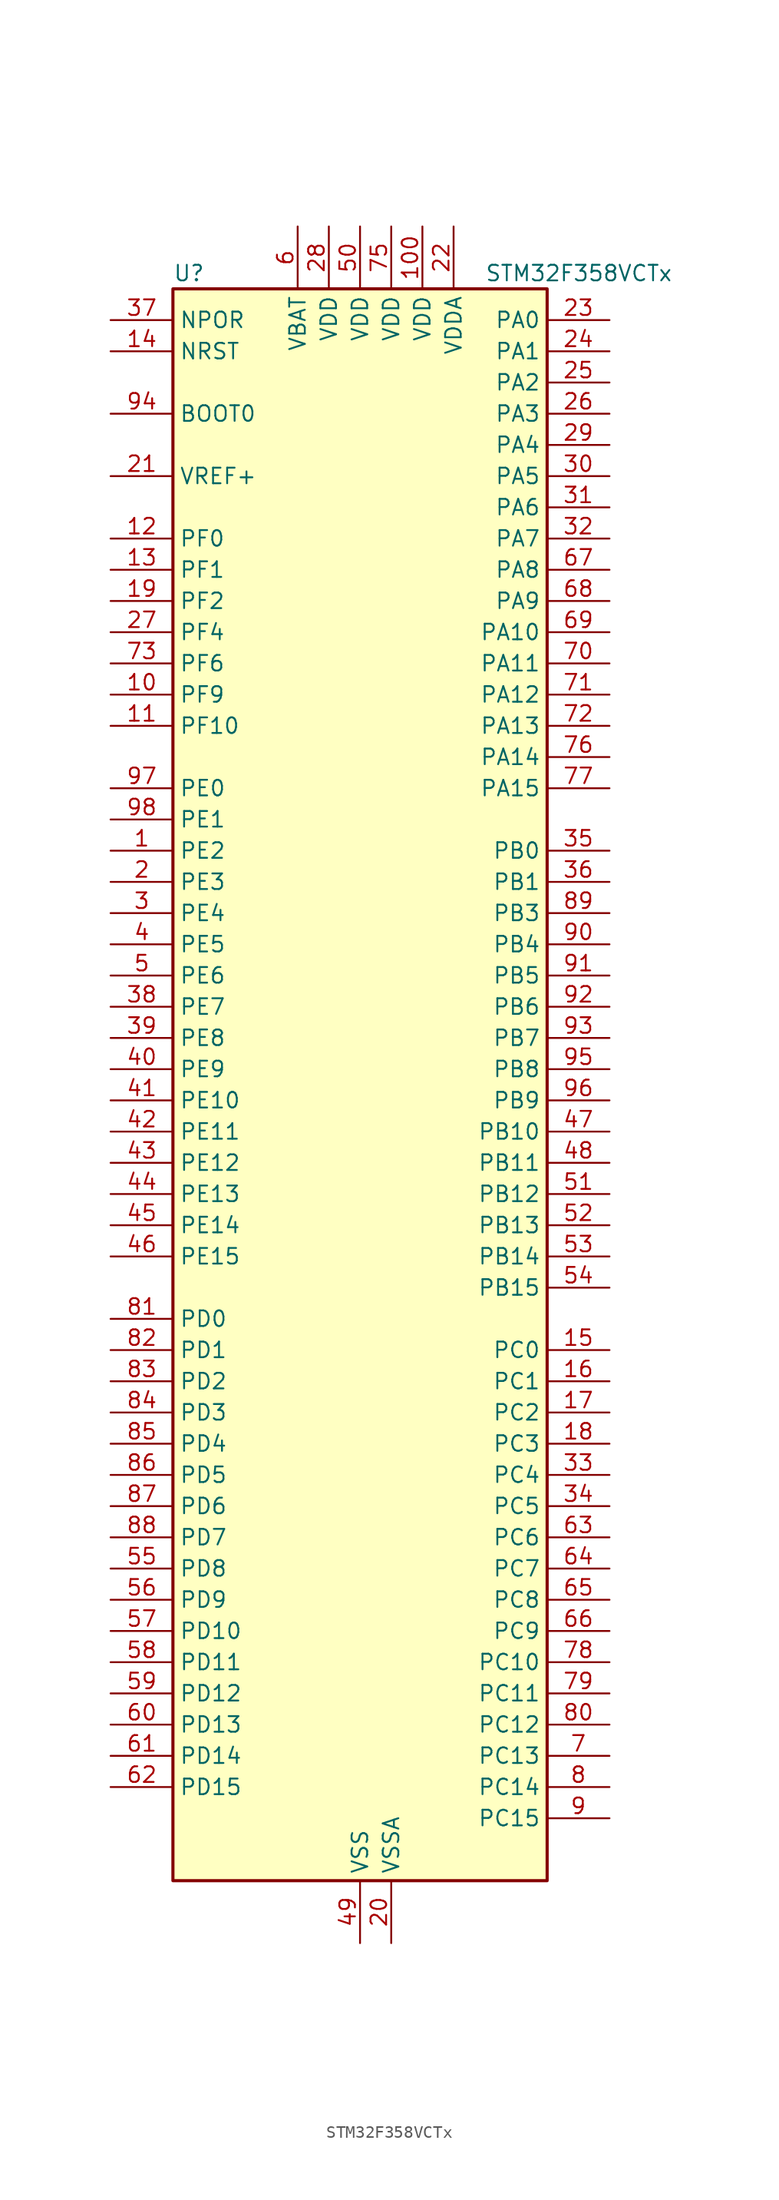
<source format=kicad_sym>
(kicad_symbol_lib
  (version 20220914)
  (generator kicad_symbol_editor)
  (symbol "STM32F358VCTx"
    (property "Reference" "U"
      (at -15.24 67.31 0)
      (effects (font (size 1.27 1.27)) (justify left)))
    (property "Value" "STM32F358VCTx"
      (at 10.16 67.31 0)
      (effects (font (size 1.27 1.27)) (justify left)))
    (property "ki_locked" ""
      (at 0 0 0)
      (effects (font (size 1.27 1.27))))
    (symbol "STM32F358VCTx_0_1"
      (rectangle (start -15.24 -63.5) (end 15.24 66.04) (stroke (width 0.254) (type default)) (fill (type background))))
    (symbol "STM32F358VCTx_1_1"
      (pin bidirectional line (at -20.32 20.32 0) (length 5.08) (name "PE2" (effects (font (size 1.27 1.27)))) (number "1" (effects (font (size 1.27 1.27)))) (alternate "ADC3_EXTI2" bidirectional line) (alternate "ADC4_EXTI2" bidirectional line) (alternate "SYS_TRACECK" bidirectional line) (alternate "TIM3_CH1" bidirectional line) (alternate "TSC_G7_IO1" bidirectional line))
      (pin bidirectional line (at -20.32 33.02 0) (length 5.08) (name "PF9" (effects (font (size 1.27 1.27)))) (number "10" (effects (font (size 1.27 1.27)))) (alternate "DAC_EXTI9" bidirectional line) (alternate "SPI2_SCK" bidirectional line) (alternate "TIM15_CH1" bidirectional line))
      (pin power_in line (at 5.08 71.12 270) (length 5.08) (name "VDD" (effects (font (size 1.27 1.27)))) (number "100" (effects (font (size 1.27 1.27)))))
      (pin bidirectional line (at -20.32 30.48 0) (length 5.08) (name "PF10" (effects (font (size 1.27 1.27)))) (number "11" (effects (font (size 1.27 1.27)))) (alternate "SPI2_SCK" bidirectional line) (alternate "TIM15_CH2" bidirectional line))
      (pin bidirectional line (at -20.32 45.72 0) (length 5.08) (name "PF0" (effects (font (size 1.27 1.27)))) (number "12" (effects (font (size 1.27 1.27)))) (alternate "I2C2_SDA" bidirectional line) (alternate "RCC_OSC_IN" bidirectional line) (alternate "TIM1_CH3N" bidirectional line))
      (pin bidirectional line (at -20.32 43.18 0) (length 5.08) (name "PF1" (effects (font (size 1.27 1.27)))) (number "13" (effects (font (size 1.27 1.27)))) (alternate "I2C2_SCL" bidirectional line) (alternate "RCC_OSC_OUT" bidirectional line))
      (pin input line (at -20.32 60.96 0) (length 5.08) (name "NRST" (effects (font (size 1.27 1.27)))) (number "14" (effects (font (size 1.27 1.27)))))
      (pin bidirectional line (at 20.32 -20.32 180) (length 5.08) (name "PC0" (effects (font (size 1.27 1.27)))) (number "15" (effects (font (size 1.27 1.27)))) (alternate "ADC1_IN6" bidirectional line) (alternate "ADC2_IN6" bidirectional line) (alternate "COMP7_INM" bidirectional line))
      (pin bidirectional line (at 20.32 -22.86 180) (length 5.08) (name "PC1" (effects (font (size 1.27 1.27)))) (number "16" (effects (font (size 1.27 1.27)))) (alternate "ADC1_IN7" bidirectional line) (alternate "ADC2_IN7" bidirectional line) (alternate "COMP7_INP" bidirectional line))
      (pin bidirectional line (at 20.32 -25.4 180) (length 5.08) (name "PC2" (effects (font (size 1.27 1.27)))) (number "17" (effects (font (size 1.27 1.27)))) (alternate "ADC1_IN8" bidirectional line) (alternate "ADC2_IN8" bidirectional line) (alternate "ADC3_EXTI2" bidirectional line) (alternate "ADC4_EXTI2" bidirectional line) (alternate "COMP7_OUT" bidirectional line))
      (pin bidirectional line (at 20.32 -27.94 180) (length 5.08) (name "PC3" (effects (font (size 1.27 1.27)))) (number "18" (effects (font (size 1.27 1.27)))) (alternate "ADC1_IN9" bidirectional line) (alternate "ADC2_IN9" bidirectional line) (alternate "TIM1_BKIN2" bidirectional line))
      (pin bidirectional line (at -20.32 40.64 0) (length 5.08) (name "PF2" (effects (font (size 1.27 1.27)))) (number "19" (effects (font (size 1.27 1.27)))) (alternate "ADC1_IN10" bidirectional line) (alternate "ADC2_IN10" bidirectional line) (alternate "ADC3_EXTI2" bidirectional line) (alternate "ADC4_EXTI2" bidirectional line))
      (pin bidirectional line (at -20.32 17.78 0) (length 5.08) (name "PE3" (effects (font (size 1.27 1.27)))) (number "2" (effects (font (size 1.27 1.27)))) (alternate "SYS_TRACED0" bidirectional line) (alternate "TIM3_CH2" bidirectional line) (alternate "TSC_G7_IO2" bidirectional line))
      (pin power_in line (at 2.54 -68.58 90) (length 5.08) (name "VSSA" (effects (font (size 1.27 1.27)))) (number "20" (effects (font (size 1.27 1.27)))))
      (pin input line (at -20.32 50.8 0) (length 5.08) (name "VREF+" (effects (font (size 1.27 1.27)))) (number "21" (effects (font (size 1.27 1.27)))))
      (pin power_in line (at 7.62 71.12 270) (length 5.08) (name "VDDA" (effects (font (size 1.27 1.27)))) (number "22" (effects (font (size 1.27 1.27)))))
      (pin bidirectional line (at 20.32 63.5 180) (length 5.08) (name "PA0" (effects (font (size 1.27 1.27)))) (number "23" (effects (font (size 1.27 1.27)))) (alternate "ADC1_IN1" bidirectional line) (alternate "COMP1_INM" bidirectional line) (alternate "COMP1_OUT" bidirectional line) (alternate "COMP7_INP" bidirectional line) (alternate "RTC_TAMP2" bidirectional line) (alternate "SYS_WKUP1" bidirectional line) (alternate "TIM2_CH1" bidirectional line) (alternate "TIM2_ETR" bidirectional line) (alternate "TIM8_BKIN" bidirectional line) (alternate "TIM8_ETR" bidirectional line) (alternate "TSC_G1_IO1" bidirectional line) (alternate "USART2_CTS" bidirectional line))
      (pin bidirectional line (at 20.32 60.96 180) (length 5.08) (name "PA1" (effects (font (size 1.27 1.27)))) (number "24" (effects (font (size 1.27 1.27)))) (alternate "ADC1_IN2" bidirectional line) (alternate "COMP1_INP" bidirectional line) (alternate "OPAMP1_VINP" bidirectional line) (alternate "OPAMP1_VINP_SEC" bidirectional line) (alternate "OPAMP3_VINP" bidirectional line) (alternate "OPAMP3_VINP_SEC" bidirectional line) (alternate "RTC_REFIN" bidirectional line) (alternate "TIM15_CH1N" bidirectional line) (alternate "TIM2_CH2" bidirectional line) (alternate "TSC_G1_IO2" bidirectional line) (alternate "USART2_DE" bidirectional line) (alternate "USART2_RTS" bidirectional line))
      (pin bidirectional line (at 20.32 58.42 180) (length 5.08) (name "PA2" (effects (font (size 1.27 1.27)))) (number "25" (effects (font (size 1.27 1.27)))) (alternate "ADC1_IN3" bidirectional line) (alternate "ADC3_EXTI2" bidirectional line) (alternate "ADC4_EXTI2" bidirectional line) (alternate "COMP2_INM" bidirectional line) (alternate "COMP2_OUT" bidirectional line) (alternate "OPAMP1_VOUT" bidirectional line) (alternate "TIM15_CH1" bidirectional line) (alternate "TIM2_CH3" bidirectional line) (alternate "TSC_G1_IO3" bidirectional line) (alternate "USART2_TX" bidirectional line))
      (pin bidirectional line (at 20.32 55.88 180) (length 5.08) (name "PA3" (effects (font (size 1.27 1.27)))) (number "26" (effects (font (size 1.27 1.27)))) (alternate "ADC1_IN4" bidirectional line) (alternate "COMP2_INP" bidirectional line) (alternate "OPAMP1_VINM" bidirectional line) (alternate "OPAMP1_VINM_SEC" bidirectional line) (alternate "OPAMP1_VINP" bidirectional line) (alternate "OPAMP1_VINP_SEC" bidirectional line) (alternate "TIM15_CH2" bidirectional line) (alternate "TIM2_CH4" bidirectional line) (alternate "TSC_G1_IO4" bidirectional line) (alternate "USART2_RX" bidirectional line))
      (pin bidirectional line (at -20.32 38.1 0) (length 5.08) (name "PF4" (effects (font (size 1.27 1.27)))) (number "27" (effects (font (size 1.27 1.27)))) (alternate "ADC1_IN5" bidirectional line) (alternate "COMP1_OUT" bidirectional line))
      (pin power_in line (at -2.54 71.12 270) (length 5.08) (name "VDD" (effects (font (size 1.27 1.27)))) (number "28" (effects (font (size 1.27 1.27)))))
      (pin bidirectional line (at 20.32 53.34 180) (length 5.08) (name "PA4" (effects (font (size 1.27 1.27)))) (number "29" (effects (font (size 1.27 1.27)))) (alternate "ADC2_IN1" bidirectional line) (alternate "COMP1_INM" bidirectional line) (alternate "COMP2_INM" bidirectional line) (alternate "COMP3_INM" bidirectional line) (alternate "COMP4_INM" bidirectional line) (alternate "COMP5_INM" bidirectional line) (alternate "COMP6_INM" bidirectional line) (alternate "COMP7_INM" bidirectional line) (alternate "DAC_OUT1" bidirectional line) (alternate "I2S3_WS" bidirectional line) (alternate "OPAMP4_VINP" bidirectional line) (alternate "OPAMP4_VINP_SEC" bidirectional line) (alternate "SPI1_NSS" bidirectional line) (alternate "SPI3_NSS" bidirectional line) (alternate "TIM3_CH2" bidirectional line) (alternate "TSC_G2_IO1" bidirectional line) (alternate "USART2_CK" bidirectional line))
      (pin bidirectional line (at -20.32 15.24 0) (length 5.08) (name "PE4" (effects (font (size 1.27 1.27)))) (number "3" (effects (font (size 1.27 1.27)))) (alternate "SYS_TRACED1" bidirectional line) (alternate "TIM3_CH3" bidirectional line) (alternate "TSC_G7_IO3" bidirectional line))
      (pin bidirectional line (at 20.32 50.8 180) (length 5.08) (name "PA5" (effects (font (size 1.27 1.27)))) (number "30" (effects (font (size 1.27 1.27)))) (alternate "ADC2_IN2" bidirectional line) (alternate "COMP1_INM" bidirectional line) (alternate "COMP2_INM" bidirectional line) (alternate "COMP3_INM" bidirectional line) (alternate "COMP4_INM" bidirectional line) (alternate "COMP5_INM" bidirectional line) (alternate "COMP6_INM" bidirectional line) (alternate "COMP7_INM" bidirectional line) (alternate "DAC_OUT2" bidirectional line) (alternate "OPAMP1_VINP" bidirectional line) (alternate "OPAMP1_VINP_SEC" bidirectional line) (alternate "OPAMP2_VINM" bidirectional line) (alternate "OPAMP2_VINM_SEC" bidirectional line) (alternate "OPAMP3_VINP" bidirectional line) (alternate "OPAMP3_VINP_SEC" bidirectional line) (alternate "SPI1_SCK" bidirectional line) (alternate "TIM2_CH1" bidirectional line) (alternate "TIM2_ETR" bidirectional line) (alternate "TSC_G2_IO2" bidirectional line))
      (pin bidirectional line (at 20.32 48.26 180) (length 5.08) (name "PA6" (effects (font (size 1.27 1.27)))) (number "31" (effects (font (size 1.27 1.27)))) (alternate "ADC2_IN3" bidirectional line) (alternate "COMP1_OUT" bidirectional line) (alternate "OPAMP2_VOUT" bidirectional line) (alternate "SPI1_MISO" bidirectional line) (alternate "TIM16_CH1" bidirectional line) (alternate "TIM1_BKIN" bidirectional line) (alternate "TIM3_CH1" bidirectional line) (alternate "TIM8_BKIN" bidirectional line) (alternate "TSC_G2_IO3" bidirectional line))
      (pin bidirectional line (at 20.32 45.72 180) (length 5.08) (name "PA7" (effects (font (size 1.27 1.27)))) (number "32" (effects (font (size 1.27 1.27)))) (alternate "ADC2_IN4" bidirectional line) (alternate "COMP2_INP" bidirectional line) (alternate "COMP2_OUT" bidirectional line) (alternate "OPAMP1_VINP" bidirectional line) (alternate "OPAMP1_VINP_SEC" bidirectional line) (alternate "OPAMP2_VINP" bidirectional line) (alternate "OPAMP2_VINP_SEC" bidirectional line) (alternate "SPI1_MOSI" bidirectional line) (alternate "TIM17_CH1" bidirectional line) (alternate "TIM1_CH1N" bidirectional line) (alternate "TIM3_CH2" bidirectional line) (alternate "TIM8_CH1N" bidirectional line) (alternate "TSC_G2_IO4" bidirectional line))
      (pin bidirectional line (at 20.32 -30.48 180) (length 5.08) (name "PC4" (effects (font (size 1.27 1.27)))) (number "33" (effects (font (size 1.27 1.27)))) (alternate "ADC2_IN5" bidirectional line) (alternate "USART1_TX" bidirectional line))
      (pin bidirectional line (at 20.32 -33.02 180) (length 5.08) (name "PC5" (effects (font (size 1.27 1.27)))) (number "34" (effects (font (size 1.27 1.27)))) (alternate "ADC2_IN11" bidirectional line) (alternate "OPAMP1_VINM" bidirectional line) (alternate "OPAMP1_VINM_SEC" bidirectional line) (alternate "OPAMP2_VINM" bidirectional line) (alternate "OPAMP2_VINM_SEC" bidirectional line) (alternate "TSC_G3_IO1" bidirectional line) (alternate "USART1_RX" bidirectional line))
      (pin bidirectional line (at 20.32 20.32 180) (length 5.08) (name "PB0" (effects (font (size 1.27 1.27)))) (number "35" (effects (font (size 1.27 1.27)))) (alternate "ADC3_IN12" bidirectional line) (alternate "COMP4_INP" bidirectional line) (alternate "OPAMP2_VINP" bidirectional line) (alternate "OPAMP2_VINP_SEC" bidirectional line) (alternate "OPAMP3_VINP" bidirectional line) (alternate "OPAMP3_VINP_SEC" bidirectional line) (alternate "TIM1_CH2N" bidirectional line) (alternate "TIM3_CH3" bidirectional line) (alternate "TIM8_CH2N" bidirectional line) (alternate "TSC_G3_IO2" bidirectional line))
      (pin bidirectional line (at 20.32 17.78 180) (length 5.08) (name "PB1" (effects (font (size 1.27 1.27)))) (number "36" (effects (font (size 1.27 1.27)))) (alternate "ADC3_IN1" bidirectional line) (alternate "COMP4_OUT" bidirectional line) (alternate "OPAMP3_VOUT" bidirectional line) (alternate "TIM1_CH3N" bidirectional line) (alternate "TIM3_CH4" bidirectional line) (alternate "TIM8_CH3N" bidirectional line) (alternate "TSC_G3_IO3" bidirectional line))
      (pin input line (at -20.32 63.5 0) (length 5.08) (name "NPOR" (effects (font (size 1.27 1.27)))) (number "37" (effects (font (size 1.27 1.27)))))
      (pin bidirectional line (at -20.32 7.62 0) (length 5.08) (name "PE7" (effects (font (size 1.27 1.27)))) (number "38" (effects (font (size 1.27 1.27)))) (alternate "ADC3_IN13" bidirectional line) (alternate "COMP4_INP" bidirectional line) (alternate "TIM1_ETR" bidirectional line))
      (pin bidirectional line (at -20.32 5.08 0) (length 5.08) (name "PE8" (effects (font (size 1.27 1.27)))) (number "39" (effects (font (size 1.27 1.27)))) (alternate "ADC3_IN6" bidirectional line) (alternate "ADC4_IN6" bidirectional line) (alternate "COMP4_INM" bidirectional line) (alternate "TIM1_CH1N" bidirectional line))
      (pin bidirectional line (at -20.32 12.7 0) (length 5.08) (name "PE5" (effects (font (size 1.27 1.27)))) (number "4" (effects (font (size 1.27 1.27)))) (alternate "SYS_TRACED2" bidirectional line) (alternate "TIM3_CH4" bidirectional line) (alternate "TSC_G7_IO4" bidirectional line))
      (pin bidirectional line (at -20.32 2.54 0) (length 5.08) (name "PE9" (effects (font (size 1.27 1.27)))) (number "40" (effects (font (size 1.27 1.27)))) (alternate "ADC3_IN2" bidirectional line) (alternate "DAC_EXTI9" bidirectional line) (alternate "TIM1_CH1" bidirectional line))
      (pin bidirectional line (at -20.32 0 0) (length 5.08) (name "PE10" (effects (font (size 1.27 1.27)))) (number "41" (effects (font (size 1.27 1.27)))) (alternate "ADC3_IN14" bidirectional line) (alternate "TIM1_CH2N" bidirectional line))
      (pin bidirectional line (at -20.32 -2.54 0) (length 5.08) (name "PE11" (effects (font (size 1.27 1.27)))) (number "42" (effects (font (size 1.27 1.27)))) (alternate "ADC1_EXTI11" bidirectional line) (alternate "ADC2_EXTI11" bidirectional line) (alternate "ADC3_IN15" bidirectional line) (alternate "TIM1_CH2" bidirectional line))
      (pin bidirectional line (at -20.32 -5.08 0) (length 5.08) (name "PE12" (effects (font (size 1.27 1.27)))) (number "43" (effects (font (size 1.27 1.27)))) (alternate "ADC3_IN16" bidirectional line) (alternate "TIM1_CH3N" bidirectional line))
      (pin bidirectional line (at -20.32 -7.62 0) (length 5.08) (name "PE13" (effects (font (size 1.27 1.27)))) (number "44" (effects (font (size 1.27 1.27)))) (alternate "ADC3_IN3" bidirectional line) (alternate "TIM1_CH3" bidirectional line))
      (pin bidirectional line (at -20.32 -10.16 0) (length 5.08) (name "PE14" (effects (font (size 1.27 1.27)))) (number "45" (effects (font (size 1.27 1.27)))) (alternate "ADC4_IN1" bidirectional line) (alternate "TIM1_BKIN2" bidirectional line) (alternate "TIM1_CH4" bidirectional line))
      (pin bidirectional line (at -20.32 -12.7 0) (length 5.08) (name "PE15" (effects (font (size 1.27 1.27)))) (number "46" (effects (font (size 1.27 1.27)))) (alternate "ADC1_EXTI15" bidirectional line) (alternate "ADC2_EXTI15" bidirectional line) (alternate "ADC4_IN2" bidirectional line) (alternate "TIM1_BKIN" bidirectional line) (alternate "USART3_RX" bidirectional line))
      (pin bidirectional line (at 20.32 -2.54 180) (length 5.08) (name "PB10" (effects (font (size 1.27 1.27)))) (number "47" (effects (font (size 1.27 1.27)))) (alternate "COMP5_INM" bidirectional line) (alternate "OPAMP3_VINM" bidirectional line) (alternate "OPAMP3_VINM_SEC" bidirectional line) (alternate "OPAMP4_VINM" bidirectional line) (alternate "OPAMP4_VINM_SEC" bidirectional line) (alternate "TIM2_CH3" bidirectional line) (alternate "TSC_SYNC" bidirectional line) (alternate "USART3_TX" bidirectional line))
      (pin bidirectional line (at 20.32 -5.08 180) (length 5.08) (name "PB11" (effects (font (size 1.27 1.27)))) (number "48" (effects (font (size 1.27 1.27)))) (alternate "ADC1_EXTI11" bidirectional line) (alternate "ADC2_EXTI11" bidirectional line) (alternate "COMP6_INP" bidirectional line) (alternate "OPAMP4_VINP" bidirectional line) (alternate "OPAMP4_VINP_SEC" bidirectional line) (alternate "TIM2_CH4" bidirectional line) (alternate "TSC_G6_IO1" bidirectional line) (alternate "USART3_RX" bidirectional line))
      (pin power_in line (at 0 -68.58 90) (length 5.08) (name "VSS" (effects (font (size 1.27 1.27)))) (number "49" (effects (font (size 1.27 1.27)))))
      (pin bidirectional line (at -20.32 10.16 0) (length 5.08) (name "PE6" (effects (font (size 1.27 1.27)))) (number "5" (effects (font (size 1.27 1.27)))) (alternate "RTC_TAMP3" bidirectional line) (alternate "SYS_TRACED3" bidirectional line) (alternate "SYS_WKUP3" bidirectional line))
      (pin power_in line (at 0 71.12 270) (length 5.08) (name "VDD" (effects (font (size 1.27 1.27)))) (number "50" (effects (font (size 1.27 1.27)))))
      (pin bidirectional line (at 20.32 -7.62 180) (length 5.08) (name "PB12" (effects (font (size 1.27 1.27)))) (number "51" (effects (font (size 1.27 1.27)))) (alternate "ADC4_IN3" bidirectional line) (alternate "COMP3_INM" bidirectional line) (alternate "I2C2_SMBA" bidirectional line) (alternate "I2S2_WS" bidirectional line) (alternate "OPAMP4_VOUT" bidirectional line) (alternate "SPI2_NSS" bidirectional line) (alternate "TIM1_BKIN" bidirectional line) (alternate "TSC_G6_IO2" bidirectional line) (alternate "USART3_CK" bidirectional line))
      (pin bidirectional line (at 20.32 -10.16 180) (length 5.08) (name "PB13" (effects (font (size 1.27 1.27)))) (number "52" (effects (font (size 1.27 1.27)))) (alternate "ADC3_IN5" bidirectional line) (alternate "COMP5_INP" bidirectional line) (alternate "I2S2_CK" bidirectional line) (alternate "OPAMP3_VINP" bidirectional line) (alternate "OPAMP3_VINP_SEC" bidirectional line) (alternate "OPAMP4_VINP" bidirectional line) (alternate "OPAMP4_VINP_SEC" bidirectional line) (alternate "SPI2_SCK" bidirectional line) (alternate "TIM1_CH1N" bidirectional line) (alternate "TSC_G6_IO3" bidirectional line) (alternate "USART3_CTS" bidirectional line))
      (pin bidirectional line (at 20.32 -12.7 180) (length 5.08) (name "PB14" (effects (font (size 1.27 1.27)))) (number "53" (effects (font (size 1.27 1.27)))) (alternate "ADC4_IN4" bidirectional line) (alternate "COMP3_INP" bidirectional line) (alternate "I2S2_ext_SD" bidirectional line) (alternate "OPAMP2_VINP" bidirectional line) (alternate "OPAMP2_VINP_SEC" bidirectional line) (alternate "SPI2_MISO" bidirectional line) (alternate "TIM15_CH1" bidirectional line) (alternate "TIM1_CH2N" bidirectional line) (alternate "TSC_G6_IO4" bidirectional line) (alternate "USART3_DE" bidirectional line) (alternate "USART3_RTS" bidirectional line))
      (pin bidirectional line (at 20.32 -15.24 180) (length 5.08) (name "PB15" (effects (font (size 1.27 1.27)))) (number "54" (effects (font (size 1.27 1.27)))) (alternate "ADC1_EXTI15" bidirectional line) (alternate "ADC2_EXTI15" bidirectional line) (alternate "ADC4_IN5" bidirectional line) (alternate "COMP6_INM" bidirectional line) (alternate "I2S2_SD" bidirectional line) (alternate "RTC_REFIN" bidirectional line) (alternate "SPI2_MOSI" bidirectional line) (alternate "TIM15_CH1N" bidirectional line) (alternate "TIM15_CH2" bidirectional line) (alternate "TIM1_CH3N" bidirectional line))
      (pin bidirectional line (at -20.32 -38.1 0) (length 5.08) (name "PD8" (effects (font (size 1.27 1.27)))) (number "55" (effects (font (size 1.27 1.27)))) (alternate "ADC4_IN12" bidirectional line) (alternate "OPAMP4_VINM" bidirectional line) (alternate "OPAMP4_VINM_SEC" bidirectional line) (alternate "USART3_TX" bidirectional line))
      (pin bidirectional line (at -20.32 -40.64 0) (length 5.08) (name "PD9" (effects (font (size 1.27 1.27)))) (number "56" (effects (font (size 1.27 1.27)))) (alternate "ADC4_IN13" bidirectional line) (alternate "DAC_EXTI9" bidirectional line) (alternate "USART3_RX" bidirectional line))
      (pin bidirectional line (at -20.32 -43.18 0) (length 5.08) (name "PD10" (effects (font (size 1.27 1.27)))) (number "57" (effects (font (size 1.27 1.27)))) (alternate "ADC3_IN7" bidirectional line) (alternate "ADC4_IN7" bidirectional line) (alternate "COMP6_INM" bidirectional line) (alternate "USART3_CK" bidirectional line))
      (pin bidirectional line (at -20.32 -45.72 0) (length 5.08) (name "PD11" (effects (font (size 1.27 1.27)))) (number "58" (effects (font (size 1.27 1.27)))) (alternate "ADC1_EXTI11" bidirectional line) (alternate "ADC2_EXTI11" bidirectional line) (alternate "ADC3_IN8" bidirectional line) (alternate "ADC4_IN8" bidirectional line) (alternate "COMP6_INP" bidirectional line) (alternate "OPAMP4_VINP" bidirectional line) (alternate "OPAMP4_VINP_SEC" bidirectional line) (alternate "USART3_CTS" bidirectional line))
      (pin bidirectional line (at -20.32 -48.26 0) (length 5.08) (name "PD12" (effects (font (size 1.27 1.27)))) (number "59" (effects (font (size 1.27 1.27)))) (alternate "ADC3_IN9" bidirectional line) (alternate "ADC4_IN9" bidirectional line) (alternate "COMP5_INP" bidirectional line) (alternate "TIM4_CH1" bidirectional line) (alternate "TSC_G8_IO1" bidirectional line) (alternate "USART3_DE" bidirectional line) (alternate "USART3_RTS" bidirectional line))
      (pin power_in line (at -5.08 71.12 270) (length 5.08) (name "VBAT" (effects (font (size 1.27 1.27)))) (number "6" (effects (font (size 1.27 1.27)))))
      (pin bidirectional line (at -20.32 -50.8 0) (length 5.08) (name "PD13" (effects (font (size 1.27 1.27)))) (number "60" (effects (font (size 1.27 1.27)))) (alternate "ADC3_IN10" bidirectional line) (alternate "ADC4_IN10" bidirectional line) (alternate "COMP5_INM" bidirectional line) (alternate "TIM4_CH2" bidirectional line) (alternate "TSC_G8_IO2" bidirectional line))
      (pin bidirectional line (at -20.32 -53.34 0) (length 5.08) (name "PD14" (effects (font (size 1.27 1.27)))) (number "61" (effects (font (size 1.27 1.27)))) (alternate "ADC3_IN11" bidirectional line) (alternate "ADC4_IN11" bidirectional line) (alternate "COMP3_INP" bidirectional line) (alternate "OPAMP2_VINP" bidirectional line) (alternate "OPAMP2_VINP_SEC" bidirectional line) (alternate "TIM4_CH3" bidirectional line) (alternate "TSC_G8_IO3" bidirectional line))
      (pin bidirectional line (at -20.32 -55.88 0) (length 5.08) (name "PD15" (effects (font (size 1.27 1.27)))) (number "62" (effects (font (size 1.27 1.27)))) (alternate "ADC1_EXTI15" bidirectional line) (alternate "ADC2_EXTI15" bidirectional line) (alternate "COMP3_INM" bidirectional line) (alternate "SPI2_NSS" bidirectional line) (alternate "TIM4_CH4" bidirectional line) (alternate "TSC_G8_IO4" bidirectional line))
      (pin bidirectional line (at 20.32 -35.56 180) (length 5.08) (name "PC6" (effects (font (size 1.27 1.27)))) (number "63" (effects (font (size 1.27 1.27)))) (alternate "COMP6_OUT" bidirectional line) (alternate "I2S2_MCK" bidirectional line) (alternate "TIM3_CH1" bidirectional line) (alternate "TIM8_CH1" bidirectional line))
      (pin bidirectional line (at 20.32 -38.1 180) (length 5.08) (name "PC7" (effects (font (size 1.27 1.27)))) (number "64" (effects (font (size 1.27 1.27)))) (alternate "COMP5_OUT" bidirectional line) (alternate "I2S3_MCK" bidirectional line) (alternate "TIM3_CH2" bidirectional line) (alternate "TIM8_CH2" bidirectional line))
      (pin bidirectional line (at 20.32 -40.64 180) (length 5.08) (name "PC8" (effects (font (size 1.27 1.27)))) (number "65" (effects (font (size 1.27 1.27)))) (alternate "COMP3_OUT" bidirectional line) (alternate "TIM3_CH3" bidirectional line) (alternate "TIM8_CH3" bidirectional line))
      (pin bidirectional line (at 20.32 -43.18 180) (length 5.08) (name "PC9" (effects (font (size 1.27 1.27)))) (number "66" (effects (font (size 1.27 1.27)))) (alternate "DAC_EXTI9" bidirectional line) (alternate "I2S_CKIN" bidirectional line) (alternate "TIM3_CH4" bidirectional line) (alternate "TIM8_BKIN2" bidirectional line) (alternate "TIM8_CH4" bidirectional line))
      (pin bidirectional line (at 20.32 43.18 180) (length 5.08) (name "PA8" (effects (font (size 1.27 1.27)))) (number "67" (effects (font (size 1.27 1.27)))) (alternate "COMP3_OUT" bidirectional line) (alternate "I2C2_SMBA" bidirectional line) (alternate "I2S2_MCK" bidirectional line) (alternate "RCC_MCO" bidirectional line) (alternate "TIM1_CH1" bidirectional line) (alternate "TIM4_ETR" bidirectional line) (alternate "USART1_CK" bidirectional line))
      (pin bidirectional line (at 20.32 40.64 180) (length 5.08) (name "PA9" (effects (font (size 1.27 1.27)))) (number "68" (effects (font (size 1.27 1.27)))) (alternate "COMP5_OUT" bidirectional line) (alternate "DAC_EXTI9" bidirectional line) (alternate "I2C2_SCL" bidirectional line) (alternate "I2S3_MCK" bidirectional line) (alternate "TIM15_BKIN" bidirectional line) (alternate "TIM1_CH2" bidirectional line) (alternate "TIM2_CH3" bidirectional line) (alternate "TSC_G4_IO1" bidirectional line) (alternate "USART1_TX" bidirectional line))
      (pin bidirectional line (at 20.32 38.1 180) (length 5.08) (name "PA10" (effects (font (size 1.27 1.27)))) (number "69" (effects (font (size 1.27 1.27)))) (alternate "COMP6_OUT" bidirectional line) (alternate "I2C2_SDA" bidirectional line) (alternate "TIM17_BKIN" bidirectional line) (alternate "TIM1_CH3" bidirectional line) (alternate "TIM2_CH4" bidirectional line) (alternate "TIM8_BKIN" bidirectional line) (alternate "TSC_G4_IO2" bidirectional line) (alternate "USART1_RX" bidirectional line))
      (pin bidirectional line (at 20.32 -53.34 180) (length 5.08) (name "PC13" (effects (font (size 1.27 1.27)))) (number "7" (effects (font (size 1.27 1.27)))) (alternate "RTC_OUT_ALARM" bidirectional line) (alternate "RTC_OUT_CALIB" bidirectional line) (alternate "RTC_TAMP1" bidirectional line) (alternate "RTC_TS" bidirectional line) (alternate "SYS_WKUP2" bidirectional line) (alternate "TIM1_CH1N" bidirectional line))
      (pin bidirectional line (at 20.32 35.56 180) (length 5.08) (name "PA11" (effects (font (size 1.27 1.27)))) (number "70" (effects (font (size 1.27 1.27)))) (alternate "ADC1_EXTI11" bidirectional line) (alternate "ADC2_EXTI11" bidirectional line) (alternate "CAN_RX" bidirectional line) (alternate "COMP1_OUT" bidirectional line) (alternate "TIM1_BKIN2" bidirectional line) (alternate "TIM1_CH1N" bidirectional line) (alternate "TIM1_CH4" bidirectional line) (alternate "TIM4_CH1" bidirectional line) (alternate "USART1_CTS" bidirectional line))
      (pin bidirectional line (at 20.32 33.02 180) (length 5.08) (name "PA12" (effects (font (size 1.27 1.27)))) (number "71" (effects (font (size 1.27 1.27)))) (alternate "CAN_TX" bidirectional line) (alternate "COMP2_OUT" bidirectional line) (alternate "TIM16_CH1" bidirectional line) (alternate "TIM1_CH2N" bidirectional line) (alternate "TIM1_ETR" bidirectional line) (alternate "TIM4_CH2" bidirectional line) (alternate "USART1_DE" bidirectional line) (alternate "USART1_RTS" bidirectional line))
      (pin bidirectional line (at 20.32 30.48 180) (length 5.08) (name "PA13" (effects (font (size 1.27 1.27)))) (number "72" (effects (font (size 1.27 1.27)))) (alternate "IR_OUT" bidirectional line) (alternate "SYS_JTMS-SWDIO" bidirectional line) (alternate "TIM16_CH1N" bidirectional line) (alternate "TIM4_CH3" bidirectional line) (alternate "TSC_G4_IO3" bidirectional line) (alternate "USART3_CTS" bidirectional line))
      (pin bidirectional line (at -20.32 35.56 0) (length 5.08) (name "PF6" (effects (font (size 1.27 1.27)))) (number "73" (effects (font (size 1.27 1.27)))) (alternate "I2C2_SCL" bidirectional line) (alternate "TIM4_CH4" bidirectional line) (alternate "USART3_DE" bidirectional line) (alternate "USART3_RTS" bidirectional line))
      (pin passive line (at 0 -68.58 90) (length 5.08) hide (name "VSS" (effects (font (size 1.27 1.27)))) (number "74" (effects (font (size 1.27 1.27)))))
      (pin power_in line (at 2.54 71.12 270) (length 5.08) (name "VDD" (effects (font (size 1.27 1.27)))) (number "75" (effects (font (size 1.27 1.27)))))
      (pin bidirectional line (at 20.32 27.94 180) (length 5.08) (name "PA14" (effects (font (size 1.27 1.27)))) (number "76" (effects (font (size 1.27 1.27)))) (alternate "I2C1_SDA" bidirectional line) (alternate "SYS_JTCK-SWCLK" bidirectional line) (alternate "TIM1_BKIN" bidirectional line) (alternate "TIM8_CH2" bidirectional line) (alternate "TSC_G4_IO4" bidirectional line) (alternate "USART2_TX" bidirectional line))
      (pin bidirectional line (at 20.32 25.4 180) (length 5.08) (name "PA15" (effects (font (size 1.27 1.27)))) (number "77" (effects (font (size 1.27 1.27)))) (alternate "ADC1_EXTI15" bidirectional line) (alternate "ADC2_EXTI15" bidirectional line) (alternate "I2C1_SCL" bidirectional line) (alternate "I2S3_WS" bidirectional line) (alternate "SPI1_NSS" bidirectional line) (alternate "SPI3_NSS" bidirectional line) (alternate "SYS_JTDI" bidirectional line) (alternate "TIM1_BKIN" bidirectional line) (alternate "TIM2_CH1" bidirectional line) (alternate "TIM2_ETR" bidirectional line) (alternate "TIM8_CH1" bidirectional line) (alternate "USART2_RX" bidirectional line))
      (pin bidirectional line (at 20.32 -45.72 180) (length 5.08) (name "PC10" (effects (font (size 1.27 1.27)))) (number "78" (effects (font (size 1.27 1.27)))) (alternate "I2S3_CK" bidirectional line) (alternate "SPI3_SCK" bidirectional line) (alternate "TIM8_CH1N" bidirectional line) (alternate "UART4_TX" bidirectional line) (alternate "USART3_TX" bidirectional line))
      (pin bidirectional line (at 20.32 -48.26 180) (length 5.08) (name "PC11" (effects (font (size 1.27 1.27)))) (number "79" (effects (font (size 1.27 1.27)))) (alternate "ADC1_EXTI11" bidirectional line) (alternate "ADC2_EXTI11" bidirectional line) (alternate "I2S3_ext_SD" bidirectional line) (alternate "SPI3_MISO" bidirectional line) (alternate "TIM8_CH2N" bidirectional line) (alternate "UART4_RX" bidirectional line) (alternate "USART3_RX" bidirectional line))
      (pin bidirectional line (at 20.32 -55.88 180) (length 5.08) (name "PC14" (effects (font (size 1.27 1.27)))) (number "8" (effects (font (size 1.27 1.27)))) (alternate "RCC_OSC32_IN" bidirectional line))
      (pin bidirectional line (at 20.32 -50.8 180) (length 5.08) (name "PC12" (effects (font (size 1.27 1.27)))) (number "80" (effects (font (size 1.27 1.27)))) (alternate "I2S3_SD" bidirectional line) (alternate "SPI3_MOSI" bidirectional line) (alternate "TIM8_CH3N" bidirectional line) (alternate "UART5_TX" bidirectional line) (alternate "USART3_CK" bidirectional line))
      (pin bidirectional line (at -20.32 -17.78 0) (length 5.08) (name "PD0" (effects (font (size 1.27 1.27)))) (number "81" (effects (font (size 1.27 1.27)))) (alternate "CAN_RX" bidirectional line))
      (pin bidirectional line (at -20.32 -20.32 0) (length 5.08) (name "PD1" (effects (font (size 1.27 1.27)))) (number "82" (effects (font (size 1.27 1.27)))) (alternate "CAN_TX" bidirectional line) (alternate "TIM8_BKIN2" bidirectional line) (alternate "TIM8_CH4" bidirectional line))
      (pin bidirectional line (at -20.32 -22.86 0) (length 5.08) (name "PD2" (effects (font (size 1.27 1.27)))) (number "83" (effects (font (size 1.27 1.27)))) (alternate "ADC3_EXTI2" bidirectional line) (alternate "ADC4_EXTI2" bidirectional line) (alternate "TIM3_ETR" bidirectional line) (alternate "TIM8_BKIN" bidirectional line) (alternate "UART5_RX" bidirectional line))
      (pin bidirectional line (at -20.32 -25.4 0) (length 5.08) (name "PD3" (effects (font (size 1.27 1.27)))) (number "84" (effects (font (size 1.27 1.27)))) (alternate "TIM2_CH1" bidirectional line) (alternate "TIM2_ETR" bidirectional line) (alternate "USART2_CTS" bidirectional line))
      (pin bidirectional line (at -20.32 -27.94 0) (length 5.08) (name "PD4" (effects (font (size 1.27 1.27)))) (number "85" (effects (font (size 1.27 1.27)))) (alternate "TIM2_CH2" bidirectional line) (alternate "USART2_DE" bidirectional line) (alternate "USART2_RTS" bidirectional line))
      (pin bidirectional line (at -20.32 -30.48 0) (length 5.08) (name "PD5" (effects (font (size 1.27 1.27)))) (number "86" (effects (font (size 1.27 1.27)))) (alternate "USART2_TX" bidirectional line))
      (pin bidirectional line (at -20.32 -33.02 0) (length 5.08) (name "PD6" (effects (font (size 1.27 1.27)))) (number "87" (effects (font (size 1.27 1.27)))) (alternate "TIM2_CH4" bidirectional line) (alternate "USART2_RX" bidirectional line))
      (pin bidirectional line (at -20.32 -35.56 0) (length 5.08) (name "PD7" (effects (font (size 1.27 1.27)))) (number "88" (effects (font (size 1.27 1.27)))) (alternate "TIM2_CH3" bidirectional line) (alternate "USART2_CK" bidirectional line))
      (pin bidirectional line (at 20.32 15.24 180) (length 5.08) (name "PB3" (effects (font (size 1.27 1.27)))) (number "89" (effects (font (size 1.27 1.27)))) (alternate "I2S3_CK" bidirectional line) (alternate "SPI1_SCK" bidirectional line) (alternate "SPI3_SCK" bidirectional line) (alternate "SYS_JTDO-TRACESWO" bidirectional line) (alternate "TIM2_CH2" bidirectional line) (alternate "TIM3_ETR" bidirectional line) (alternate "TIM4_ETR" bidirectional line) (alternate "TIM8_CH1N" bidirectional line) (alternate "TSC_G5_IO1" bidirectional line) (alternate "USART2_TX" bidirectional line))
      (pin bidirectional line (at 20.32 -58.42 180) (length 5.08) (name "PC15" (effects (font (size 1.27 1.27)))) (number "9" (effects (font (size 1.27 1.27)))) (alternate "ADC1_EXTI15" bidirectional line) (alternate "ADC2_EXTI15" bidirectional line) (alternate "RCC_OSC32_OUT" bidirectional line))
      (pin bidirectional line (at 20.32 12.7 180) (length 5.08) (name "PB4" (effects (font (size 1.27 1.27)))) (number "90" (effects (font (size 1.27 1.27)))) (alternate "I2S3_ext_SD" bidirectional line) (alternate "SPI1_MISO" bidirectional line) (alternate "SPI3_MISO" bidirectional line) (alternate "SYS_NJTRST" bidirectional line) (alternate "TIM16_CH1" bidirectional line) (alternate "TIM17_BKIN" bidirectional line) (alternate "TIM3_CH1" bidirectional line) (alternate "TIM8_CH2N" bidirectional line) (alternate "TSC_G5_IO2" bidirectional line) (alternate "USART2_RX" bidirectional line))
      (pin bidirectional line (at 20.32 10.16 180) (length 5.08) (name "PB5" (effects (font (size 1.27 1.27)))) (number "91" (effects (font (size 1.27 1.27)))) (alternate "I2C1_SMBA" bidirectional line) (alternate "I2S3_SD" bidirectional line) (alternate "SPI1_MOSI" bidirectional line) (alternate "SPI3_MOSI" bidirectional line) (alternate "TIM16_BKIN" bidirectional line) (alternate "TIM17_CH1" bidirectional line) (alternate "TIM3_CH2" bidirectional line) (alternate "TIM8_CH3N" bidirectional line) (alternate "USART2_CK" bidirectional line))
      (pin bidirectional line (at 20.32 7.62 180) (length 5.08) (name "PB6" (effects (font (size 1.27 1.27)))) (number "92" (effects (font (size 1.27 1.27)))) (alternate "I2C1_SCL" bidirectional line) (alternate "TIM16_CH1N" bidirectional line) (alternate "TIM4_CH1" bidirectional line) (alternate "TIM8_BKIN2" bidirectional line) (alternate "TIM8_CH1" bidirectional line) (alternate "TIM8_ETR" bidirectional line) (alternate "TSC_G5_IO3" bidirectional line) (alternate "USART1_TX" bidirectional line))
      (pin bidirectional line (at 20.32 5.08 180) (length 5.08) (name "PB7" (effects (font (size 1.27 1.27)))) (number "93" (effects (font (size 1.27 1.27)))) (alternate "I2C1_SDA" bidirectional line) (alternate "TIM17_CH1N" bidirectional line) (alternate "TIM3_CH4" bidirectional line) (alternate "TIM4_CH2" bidirectional line) (alternate "TIM8_BKIN" bidirectional line) (alternate "TSC_G5_IO4" bidirectional line) (alternate "USART1_RX" bidirectional line))
      (pin input line (at -20.32 55.88 0) (length 5.08) (name "BOOT0" (effects (font (size 1.27 1.27)))) (number "94" (effects (font (size 1.27 1.27)))))
      (pin bidirectional line (at 20.32 2.54 180) (length 5.08) (name "PB8" (effects (font (size 1.27 1.27)))) (number "95" (effects (font (size 1.27 1.27)))) (alternate "CAN_RX" bidirectional line) (alternate "COMP1_OUT" bidirectional line) (alternate "I2C1_SCL" bidirectional line) (alternate "TIM16_CH1" bidirectional line) (alternate "TIM1_BKIN" bidirectional line) (alternate "TIM4_CH3" bidirectional line) (alternate "TIM8_CH2" bidirectional line) (alternate "TSC_SYNC" bidirectional line))
      (pin bidirectional line (at 20.32 0 180) (length 5.08) (name "PB9" (effects (font (size 1.27 1.27)))) (number "96" (effects (font (size 1.27 1.27)))) (alternate "CAN_TX" bidirectional line) (alternate "COMP2_OUT" bidirectional line) (alternate "DAC_EXTI9" bidirectional line) (alternate "I2C1_SDA" bidirectional line) (alternate "IR_OUT" bidirectional line) (alternate "TIM17_CH1" bidirectional line) (alternate "TIM4_CH4" bidirectional line) (alternate "TIM8_CH3" bidirectional line))
      (pin bidirectional line (at -20.32 25.4 0) (length 5.08) (name "PE0" (effects (font (size 1.27 1.27)))) (number "97" (effects (font (size 1.27 1.27)))) (alternate "TIM16_CH1" bidirectional line) (alternate "TIM4_ETR" bidirectional line) (alternate "USART1_TX" bidirectional line))
      (pin bidirectional line (at -20.32 22.86 0) (length 5.08) (name "PE1" (effects (font (size 1.27 1.27)))) (number "98" (effects (font (size 1.27 1.27)))) (alternate "TIM17_CH1" bidirectional line) (alternate "USART1_RX" bidirectional line))
      (pin passive line (at 0 -68.58 90) (length 5.08) hide (name "VSS" (effects (font (size 1.27 1.27)))) (number "99" (effects (font (size 1.27 1.27))))))))
</source>
